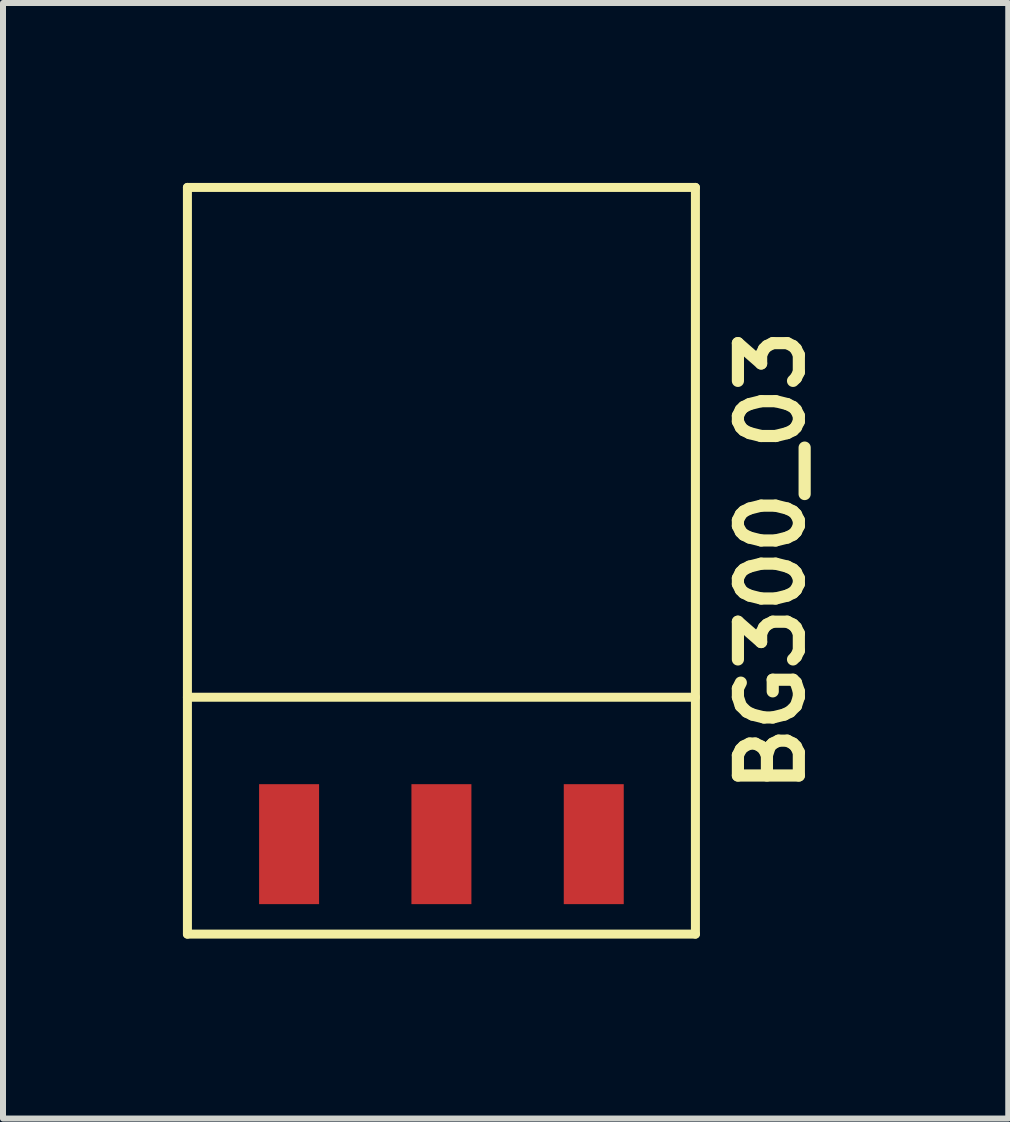
<source format=kicad_pcb>
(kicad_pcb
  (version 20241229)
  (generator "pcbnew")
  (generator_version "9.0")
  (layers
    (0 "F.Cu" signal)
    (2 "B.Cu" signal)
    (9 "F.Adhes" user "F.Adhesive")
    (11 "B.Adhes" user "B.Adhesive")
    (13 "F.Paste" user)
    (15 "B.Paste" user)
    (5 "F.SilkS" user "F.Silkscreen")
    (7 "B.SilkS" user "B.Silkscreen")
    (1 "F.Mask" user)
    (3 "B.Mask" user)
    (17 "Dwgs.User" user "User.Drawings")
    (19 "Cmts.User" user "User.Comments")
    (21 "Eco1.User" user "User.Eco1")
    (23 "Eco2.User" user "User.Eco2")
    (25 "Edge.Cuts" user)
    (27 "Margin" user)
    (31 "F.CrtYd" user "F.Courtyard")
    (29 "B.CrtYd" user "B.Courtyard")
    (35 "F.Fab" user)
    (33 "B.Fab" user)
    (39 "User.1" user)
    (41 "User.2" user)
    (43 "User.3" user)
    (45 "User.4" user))
  (footprint "BG300_03"
    (layer "F.Cu")
    (at 4.31 6.3)
    (property "Reference" "BG300_03" (at 5.5 0 270) (layer "F.SilkS") (effects (font (size 1.016 1.016) (thickness 0.203))))
    (attr through_hole)
    (fp_line (start -4.235 -6.225) (end -4.235 6.225) (stroke (width 0.15) (type solid)) (layer "F.SilkS"))
    (fp_line (start -4.235 -6.225) (end 4.235 -6.225) (stroke (width 0.15) (type solid)) (layer "F.SilkS"))
    (fp_line (start -4.235 2.275) (end 4.235 2.275) (stroke (width 0.15) (type solid)) (layer "F.SilkS"))
    (fp_line (start -4.235 6.225) (end 4.235 6.225) (stroke (width 0.15) (type solid)) (layer "F.SilkS"))
    (fp_line (start 4.235 -6.225) (end 4.235 6.225) (stroke (width 0.15) (type solid)) (layer "F.SilkS"))
    (pad "1" smd rect (at -2.54 4.725) (size 1 2) (layers "F.Cu" "F.Mask" "F.Paste"))
    (pad "2" smd rect (at 0 4.725) (size 1 2) (layers "F.Cu" "F.Mask" "F.Paste"))
    (pad "3" smd rect (at 2.54 4.725) (size 1 2) (layers "F.Cu" "F.Mask" "F.Paste")))
  (gr_rect
    (start -3 -3)
    (end 13.761 15.6)
    (stroke (width 0.1) (type default))
    (fill no)
    (layer "Edge.Cuts")))
</source>
